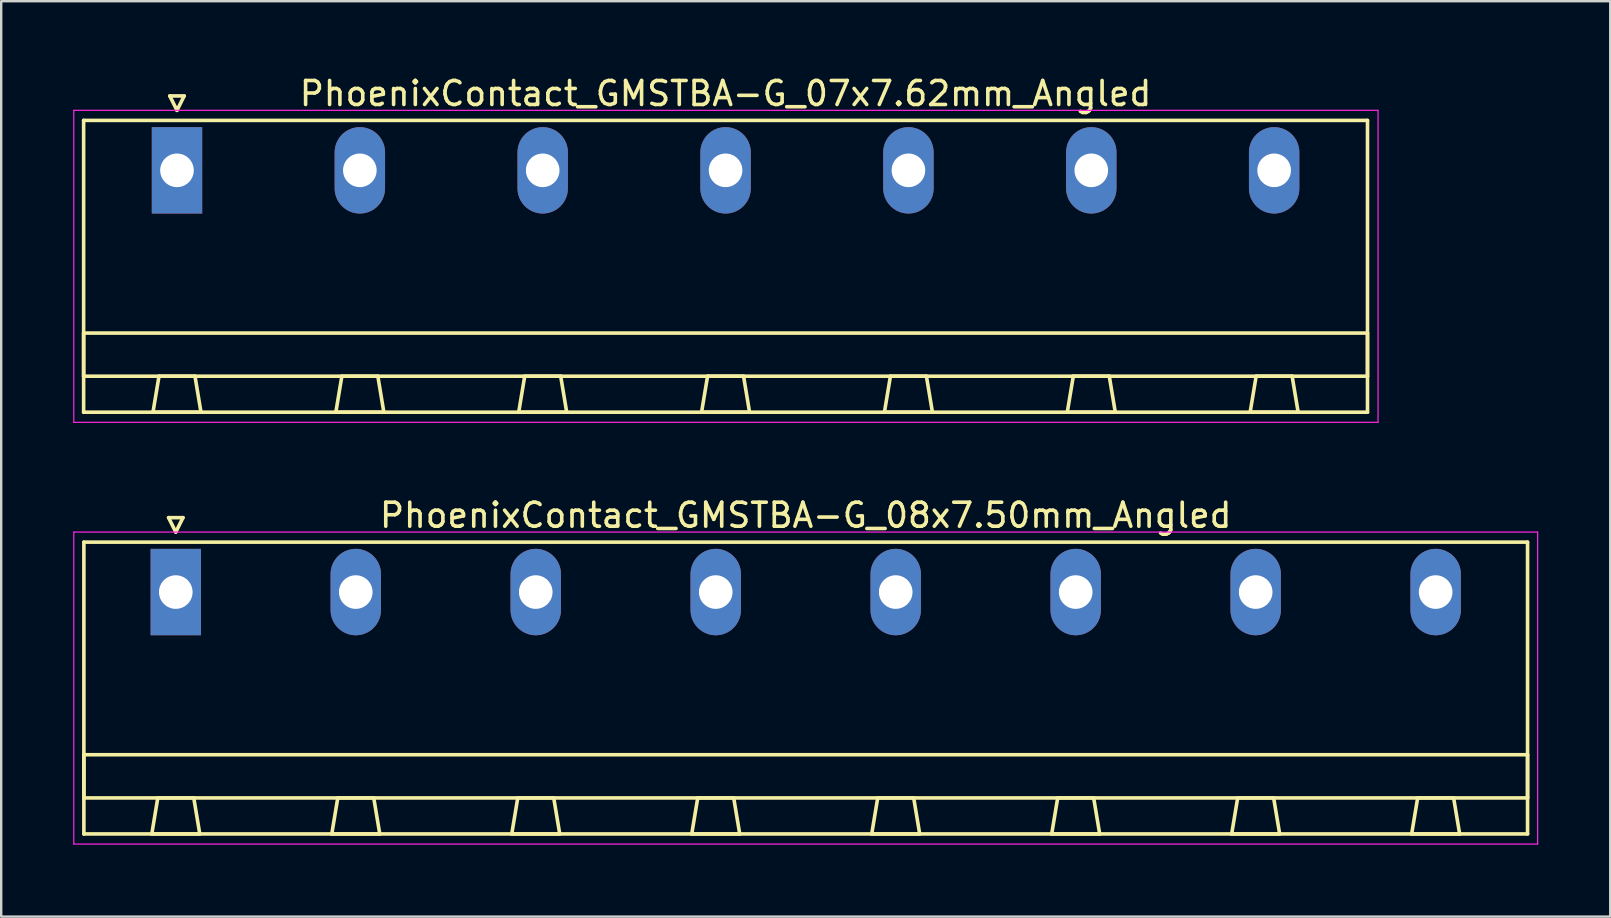
<source format=kicad_pcb>
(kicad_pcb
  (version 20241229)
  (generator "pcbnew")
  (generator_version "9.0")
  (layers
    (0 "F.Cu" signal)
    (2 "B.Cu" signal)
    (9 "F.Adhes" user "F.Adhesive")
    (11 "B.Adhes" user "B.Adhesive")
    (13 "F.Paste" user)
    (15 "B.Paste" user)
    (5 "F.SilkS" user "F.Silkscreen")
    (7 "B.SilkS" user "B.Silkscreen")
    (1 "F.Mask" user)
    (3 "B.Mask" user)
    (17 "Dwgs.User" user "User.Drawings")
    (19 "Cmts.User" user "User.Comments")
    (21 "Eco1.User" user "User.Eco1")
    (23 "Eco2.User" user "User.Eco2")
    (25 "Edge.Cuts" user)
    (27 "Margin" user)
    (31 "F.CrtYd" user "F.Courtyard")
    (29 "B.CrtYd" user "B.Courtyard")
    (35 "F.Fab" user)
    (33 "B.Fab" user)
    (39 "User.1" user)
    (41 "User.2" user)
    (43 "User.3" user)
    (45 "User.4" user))
  (footprint "PhoenixContact_GMSTBA-G_08x7.50mm_Angled"
    (layer "F.Cu")
    (at 4.275 21.622)
    (property "Reference" "PhoenixContact_GMSTBA-G_08x7.50mm_Angled" (at 26.25 -3.2 0) (layer "F.SilkS") (effects (font (size 1 1) (thickness 0.15))))
    (attr through_hole)
    (fp_line (start -3.83 -2.08) (end -3.83 10.08) (stroke (width 0.15) (type solid)) (layer "F.SilkS"))
    (fp_line (start -3.83 6.78) (end 56.33 6.78) (stroke (width 0.15) (type solid)) (layer "F.SilkS"))
    (fp_line (start -3.83 8.58) (end -3.83 6.78) (stroke (width 0.15) (type solid)) (layer "F.SilkS"))
    (fp_line (start -3.83 10.08) (end 56.33 10.08) (stroke (width 0.15) (type solid)) (layer "F.SilkS"))
    (fp_line (start -1 10.08) (end 1 10.08) (stroke (width 0.15) (type solid)) (layer "F.SilkS"))
    (fp_line (start -0.75 8.58) (end -1 10.08) (stroke (width 0.15) (type solid)) (layer "F.SilkS"))
    (fp_line (start -0.3 -3.1) (end 0 -2.5) (stroke (width 0.15) (type solid)) (layer "F.SilkS"))
    (fp_line (start 0 -2.5) (end 0.3 -3.1) (stroke (width 0.15) (type solid)) (layer "F.SilkS"))
    (fp_line (start 0.3 -3.1) (end -0.3 -3.1) (stroke (width 0.15) (type solid)) (layer "F.SilkS"))
    (fp_line (start 0.75 8.58) (end -0.75 8.58) (stroke (width 0.15) (type solid)) (layer "F.SilkS"))
    (fp_line (start 1 10.08) (end 0.75 8.58) (stroke (width 0.15) (type solid)) (layer "F.SilkS"))
    (fp_line (start 6.5 10.08) (end 8.5 10.08) (stroke (width 0.15) (type solid)) (layer "F.SilkS"))
    (fp_line (start 6.75 8.58) (end 6.5 10.08) (stroke (width 0.15) (type solid)) (layer "F.SilkS"))
    (fp_line (start 8.25 8.58) (end 6.75 8.58) (stroke (width 0.15) (type solid)) (layer "F.SilkS"))
    (fp_line (start 8.5 10.08) (end 8.25 8.58) (stroke (width 0.15) (type solid)) (layer "F.SilkS"))
    (fp_line (start 14 10.08) (end 16 10.08) (stroke (width 0.15) (type solid)) (layer "F.SilkS"))
    (fp_line (start 14.25 8.58) (end 14 10.08) (stroke (width 0.15) (type solid)) (layer "F.SilkS"))
    (fp_line (start 15.75 8.58) (end 14.25 8.58) (stroke (width 0.15) (type solid)) (layer "F.SilkS"))
    (fp_line (start 16 10.08) (end 15.75 8.58) (stroke (width 0.15) (type solid)) (layer "F.SilkS"))
    (fp_line (start 21.5 10.08) (end 23.5 10.08) (stroke (width 0.15) (type solid)) (layer "F.SilkS"))
    (fp_line (start 21.75 8.58) (end 21.5 10.08) (stroke (width 0.15) (type solid)) (layer "F.SilkS"))
    (fp_line (start 23.25 8.58) (end 21.75 8.58) (stroke (width 0.15) (type solid)) (layer "F.SilkS"))
    (fp_line (start 23.5 10.08) (end 23.25 8.58) (stroke (width 0.15) (type solid)) (layer "F.SilkS"))
    (fp_line (start 29 10.08) (end 31 10.08) (stroke (width 0.15) (type solid)) (layer "F.SilkS"))
    (fp_line (start 29.25 8.58) (end 29 10.08) (stroke (width 0.15) (type solid)) (layer "F.SilkS"))
    (fp_line (start 30.75 8.58) (end 29.25 8.58) (stroke (width 0.15) (type solid)) (layer "F.SilkS"))
    (fp_line (start 31 10.08) (end 30.75 8.58) (stroke (width 0.15) (type solid)) (layer "F.SilkS"))
    (fp_line (start 36.5 10.08) (end 38.5 10.08) (stroke (width 0.15) (type solid)) (layer "F.SilkS"))
    (fp_line (start 36.75 8.58) (end 36.5 10.08) (stroke (width 0.15) (type solid)) (layer "F.SilkS"))
    (fp_line (start 38.25 8.58) (end 36.75 8.58) (stroke (width 0.15) (type solid)) (layer "F.SilkS"))
    (fp_line (start 38.5 10.08) (end 38.25 8.58) (stroke (width 0.15) (type solid)) (layer "F.SilkS"))
    (fp_line (start 44 10.08) (end 46 10.08) (stroke (width 0.15) (type solid)) (layer "F.SilkS"))
    (fp_line (start 44.25 8.58) (end 44 10.08) (stroke (width 0.15) (type solid)) (layer "F.SilkS"))
    (fp_line (start 45.75 8.58) (end 44.25 8.58) (stroke (width 0.15) (type solid)) (layer "F.SilkS"))
    (fp_line (start 46 10.08) (end 45.75 8.58) (stroke (width 0.15) (type solid)) (layer "F.SilkS"))
    (fp_line (start 51.5 10.08) (end 53.5 10.08) (stroke (width 0.15) (type solid)) (layer "F.SilkS"))
    (fp_line (start 51.75 8.58) (end 51.5 10.08) (stroke (width 0.15) (type solid)) (layer "F.SilkS"))
    (fp_line (start 53.25 8.58) (end 51.75 8.58) (stroke (width 0.15) (type solid)) (layer "F.SilkS"))
    (fp_line (start 53.5 10.08) (end 53.25 8.58) (stroke (width 0.15) (type solid)) (layer "F.SilkS"))
    (fp_line (start 56.33 -2.08) (end -3.83 -2.08) (stroke (width 0.15) (type solid)) (layer "F.SilkS"))
    (fp_line (start 56.33 6.78) (end 56.33 8.58) (stroke (width 0.15) (type solid)) (layer "F.SilkS"))
    (fp_line (start 56.33 8.58) (end -3.83 8.58) (stroke (width 0.15) (type solid)) (layer "F.SilkS"))
    (fp_line (start 56.33 10.08) (end 56.33 -2.08) (stroke (width 0.15) (type solid)) (layer "F.SilkS"))
    (fp_line (start -4.25 -2.5) (end -4.25 10.5) (stroke (width 0.05) (type solid)) (layer "F.CrtYd"))
    (fp_line (start -4.25 10.5) (end 56.75 10.5) (stroke (width 0.05) (type solid)) (layer "F.CrtYd"))
    (fp_line (start 56.75 -2.5) (end -4.25 -2.5) (stroke (width 0.05) (type solid)) (layer "F.CrtYd"))
    (fp_line (start 56.75 10.5) (end 56.75 -2.5) (stroke (width 0.05) (type solid)) (layer "F.CrtYd"))
    (pad "1" thru_hole rect (at 0 0) (size 2.1 3.6) (drill 1.4) (layers "*.Cu" "*.Mask"))
    (pad "2" thru_hole oval (at 7.5 0) (size 2.1 3.6) (drill 1.4) (layers "*.Cu" "*.Mask"))
    (pad "3" thru_hole oval (at 15 0) (size 2.1 3.6) (drill 1.4) (layers "*.Cu" "*.Mask"))
    (pad "4" thru_hole oval (at 22.5 0) (size 2.1 3.6) (drill 1.4) (layers "*.Cu" "*.Mask"))
    (pad "5" thru_hole oval (at 30 0) (size 2.1 3.6) (drill 1.4) (layers "*.Cu" "*.Mask"))
    (pad "6" thru_hole oval (at 37.5 0) (size 2.1 3.6) (drill 1.4) (layers "*.Cu" "*.Mask"))
    (pad "7" thru_hole oval (at 45 0) (size 2.1 3.6) (drill 1.4) (layers "*.Cu" "*.Mask"))
    (pad "8" thru_hole oval (at 52.5 0) (size 2.1 3.6) (drill 1.4) (layers "*.Cu" "*.Mask")))
  (footprint "PhoenixContact_GMSTBA-G_07x7.62mm_Angled"
    (layer "F.Cu")
    (at 4.325 4.048)
    (property "Reference" "PhoenixContact_GMSTBA-G_07x7.62mm_Angled" (at 22.86 -3.2 0) (layer "F.SilkS") (effects (font (size 1 1) (thickness 0.15))))
    (attr through_hole)
    (fp_line (start -3.89 -2.08) (end -3.89 10.08) (stroke (width 0.15) (type solid)) (layer "F.SilkS"))
    (fp_line (start -3.89 6.78) (end 49.61 6.78) (stroke (width 0.15) (type solid)) (layer "F.SilkS"))
    (fp_line (start -3.89 8.58) (end -3.89 6.78) (stroke (width 0.15) (type solid)) (layer "F.SilkS"))
    (fp_line (start -3.89 10.08) (end 49.61 10.08) (stroke (width 0.15) (type solid)) (layer "F.SilkS"))
    (fp_line (start -1 10.08) (end 1 10.08) (stroke (width 0.15) (type solid)) (layer "F.SilkS"))
    (fp_line (start -0.75 8.58) (end -1 10.08) (stroke (width 0.15) (type solid)) (layer "F.SilkS"))
    (fp_line (start -0.3 -3.1) (end 0 -2.5) (stroke (width 0.15) (type solid)) (layer "F.SilkS"))
    (fp_line (start 0 -2.5) (end 0.3 -3.1) (stroke (width 0.15) (type solid)) (layer "F.SilkS"))
    (fp_line (start 0.3 -3.1) (end -0.3 -3.1) (stroke (width 0.15) (type solid)) (layer "F.SilkS"))
    (fp_line (start 0.75 8.58) (end -0.75 8.58) (stroke (width 0.15) (type solid)) (layer "F.SilkS"))
    (fp_line (start 1 10.08) (end 0.75 8.58) (stroke (width 0.15) (type solid)) (layer "F.SilkS"))
    (fp_line (start 6.62 10.08) (end 8.62 10.08) (stroke (width 0.15) (type solid)) (layer "F.SilkS"))
    (fp_line (start 6.87 8.58) (end 6.62 10.08) (stroke (width 0.15) (type solid)) (layer "F.SilkS"))
    (fp_line (start 8.37 8.58) (end 6.87 8.58) (stroke (width 0.15) (type solid)) (layer "F.SilkS"))
    (fp_line (start 8.62 10.08) (end 8.37 8.58) (stroke (width 0.15) (type solid)) (layer "F.SilkS"))
    (fp_line (start 14.24 10.08) (end 16.24 10.08) (stroke (width 0.15) (type solid)) (layer "F.SilkS"))
    (fp_line (start 14.49 8.58) (end 14.24 10.08) (stroke (width 0.15) (type solid)) (layer "F.SilkS"))
    (fp_line (start 15.99 8.58) (end 14.49 8.58) (stroke (width 0.15) (type solid)) (layer "F.SilkS"))
    (fp_line (start 16.24 10.08) (end 15.99 8.58) (stroke (width 0.15) (type solid)) (layer "F.SilkS"))
    (fp_line (start 21.86 10.08) (end 23.86 10.08) (stroke (width 0.15) (type solid)) (layer "F.SilkS"))
    (fp_line (start 22.11 8.58) (end 21.86 10.08) (stroke (width 0.15) (type solid)) (layer "F.SilkS"))
    (fp_line (start 23.61 8.58) (end 22.11 8.58) (stroke (width 0.15) (type solid)) (layer "F.SilkS"))
    (fp_line (start 23.86 10.08) (end 23.61 8.58) (stroke (width 0.15) (type solid)) (layer "F.SilkS"))
    (fp_line (start 29.48 10.08) (end 31.48 10.08) (stroke (width 0.15) (type solid)) (layer "F.SilkS"))
    (fp_line (start 29.73 8.58) (end 29.48 10.08) (stroke (width 0.15) (type solid)) (layer "F.SilkS"))
    (fp_line (start 31.23 8.58) (end 29.73 8.58) (stroke (width 0.15) (type solid)) (layer "F.SilkS"))
    (fp_line (start 31.48 10.08) (end 31.23 8.58) (stroke (width 0.15) (type solid)) (layer "F.SilkS"))
    (fp_line (start 37.1 10.08) (end 39.1 10.08) (stroke (width 0.15) (type solid)) (layer "F.SilkS"))
    (fp_line (start 37.35 8.58) (end 37.1 10.08) (stroke (width 0.15) (type solid)) (layer "F.SilkS"))
    (fp_line (start 38.85 8.58) (end 37.35 8.58) (stroke (width 0.15) (type solid)) (layer "F.SilkS"))
    (fp_line (start 39.1 10.08) (end 38.85 8.58) (stroke (width 0.15) (type solid)) (layer "F.SilkS"))
    (fp_line (start 44.72 10.08) (end 46.72 10.08) (stroke (width 0.15) (type solid)) (layer "F.SilkS"))
    (fp_line (start 44.97 8.58) (end 44.72 10.08) (stroke (width 0.15) (type solid)) (layer "F.SilkS"))
    (fp_line (start 46.47 8.58) (end 44.97 8.58) (stroke (width 0.15) (type solid)) (layer "F.SilkS"))
    (fp_line (start 46.72 10.08) (end 46.47 8.58) (stroke (width 0.15) (type solid)) (layer "F.SilkS"))
    (fp_line (start 49.61 -2.08) (end -3.89 -2.08) (stroke (width 0.15) (type solid)) (layer "F.SilkS"))
    (fp_line (start 49.61 6.78) (end 49.61 8.58) (stroke (width 0.15) (type solid)) (layer "F.SilkS"))
    (fp_line (start 49.61 8.58) (end -3.89 8.58) (stroke (width 0.15) (type solid)) (layer "F.SilkS"))
    (fp_line (start 49.61 10.08) (end 49.61 -2.08) (stroke (width 0.15) (type solid)) (layer "F.SilkS"))
    (fp_line (start -4.3 -2.5) (end -4.3 10.5) (stroke (width 0.05) (type solid)) (layer "F.CrtYd"))
    (fp_line (start -4.3 10.5) (end 50.05 10.5) (stroke (width 0.05) (type solid)) (layer "F.CrtYd"))
    (fp_line (start 50.05 -2.5) (end -4.3 -2.5) (stroke (width 0.05) (type solid)) (layer "F.CrtYd"))
    (fp_line (start 50.05 10.5) (end 50.05 -2.5) (stroke (width 0.05) (type solid)) (layer "F.CrtYd"))
    (pad "1" thru_hole rect (at 0 0) (size 2.1 3.6) (drill 1.4) (layers "*.Cu" "*.Mask"))
    (pad "2" thru_hole oval (at 7.62 0) (size 2.1 3.6) (drill 1.4) (layers "*.Cu" "*.Mask"))
    (pad "3" thru_hole oval (at 15.24 0) (size 2.1 3.6) (drill 1.4) (layers "*.Cu" "*.Mask"))
    (pad "4" thru_hole oval (at 22.86 0) (size 2.1 3.6) (drill 1.4) (layers "*.Cu" "*.Mask"))
    (pad "5" thru_hole oval (at 30.48 0) (size 2.1 3.6) (drill 1.4) (layers "*.Cu" "*.Mask"))
    (pad "6" thru_hole oval (at 38.1 0) (size 2.1 3.6) (drill 1.4) (layers "*.Cu" "*.Mask"))
    (pad "7" thru_hole oval (at 45.72 0) (size 2.1 3.6) (drill 1.4) (layers "*.Cu" "*.Mask")))
  (gr_rect
    (start -3 -3)
    (end 64.05 35.147)
    (stroke (width 0.1) (type default))
    (fill no)
    (layer "Edge.Cuts")))
</source>
